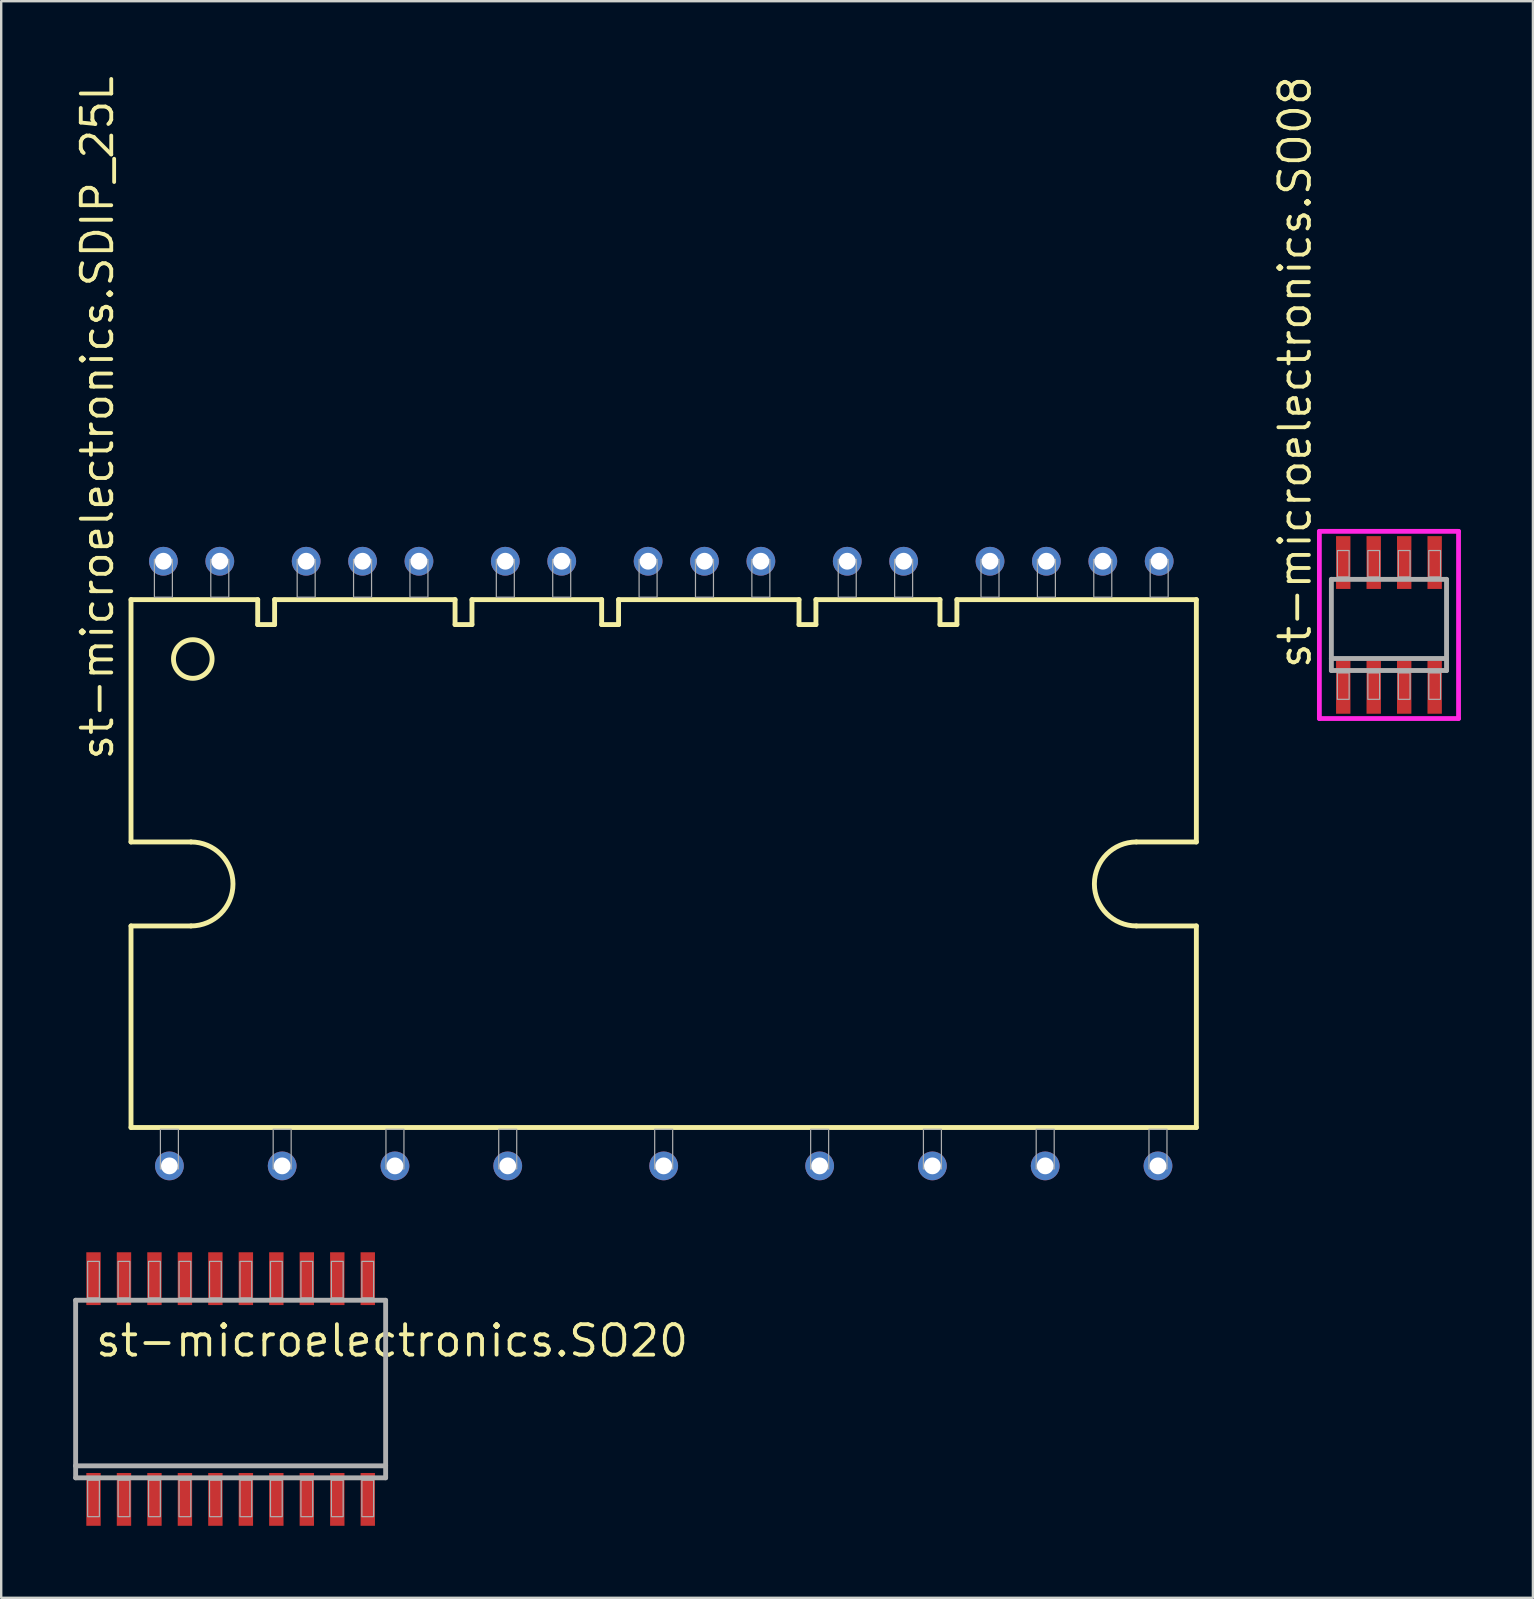
<source format=kicad_pcb>
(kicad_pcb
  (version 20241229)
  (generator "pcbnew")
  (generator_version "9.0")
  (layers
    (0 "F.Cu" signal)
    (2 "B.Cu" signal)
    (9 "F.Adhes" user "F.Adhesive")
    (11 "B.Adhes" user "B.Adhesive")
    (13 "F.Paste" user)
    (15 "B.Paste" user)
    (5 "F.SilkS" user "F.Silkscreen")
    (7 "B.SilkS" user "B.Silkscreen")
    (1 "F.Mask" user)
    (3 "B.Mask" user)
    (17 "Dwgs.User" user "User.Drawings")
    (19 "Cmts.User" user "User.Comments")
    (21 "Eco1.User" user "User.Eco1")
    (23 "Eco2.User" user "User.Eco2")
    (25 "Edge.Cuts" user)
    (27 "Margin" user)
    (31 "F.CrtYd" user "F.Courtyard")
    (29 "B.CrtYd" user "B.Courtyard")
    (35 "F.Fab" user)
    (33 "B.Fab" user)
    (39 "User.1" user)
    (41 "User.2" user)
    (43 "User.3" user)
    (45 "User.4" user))
  (footprint "st-microelectronics.SO20"
    (layer "F.Cu")
    (at 6.562 54.84)
    (property "Reference" "st-microelectronics.SO20" (at -5.715 -1.27 0) (layer "F.SilkS") (effects (font (size 1.27 1.27) (thickness 0.16)) (justify left bottom)))
    (attr smd)
    (fp_line (start -6.46 -3.7) (end 6.46 -3.7) (stroke (width 0.203) (type default)) (layer "F.Fab"))
    (fp_line (start -6.46 3.2) (end -6.46 -3.7) (stroke (width 0.203) (type default)) (layer "F.Fab"))
    (fp_line (start -6.46 3.7) (end -6.46 3.2) (stroke (width 0.203) (type default)) (layer "F.Fab"))
    (fp_line (start 6.46 -3.7) (end 6.46 3.2) (stroke (width 0.203) (type default)) (layer "F.Fab"))
    (fp_line (start 6.46 3.2) (end -6.46 3.2) (stroke (width 0.203) (type default)) (layer "F.Fab"))
    (fp_line (start 6.46 3.2) (end 6.46 3.7) (stroke (width 0.203) (type default)) (layer "F.Fab"))
    (fp_line (start 6.46 3.7) (end -6.46 3.7) (stroke (width 0.203) (type default)) (layer "F.Fab"))
    (fp_rect (start -5.96 -3.8) (end -5.47 -5.32) (stroke (width 0.05) (type default)) (fill no) (layer "F.Fab"))
    (fp_rect (start -5.96 5.32) (end -5.47 3.8) (stroke (width 0.05) (type default)) (fill no) (layer "F.Fab"))
    (fp_rect (start -4.69 -3.8) (end -4.2 -5.32) (stroke (width 0.05) (type default)) (fill no) (layer "F.Fab"))
    (fp_rect (start -4.69 5.32) (end -4.2 3.8) (stroke (width 0.05) (type default)) (fill no) (layer "F.Fab"))
    (fp_rect (start -3.42 -3.8) (end -2.93 -5.32) (stroke (width 0.05) (type default)) (fill no) (layer "F.Fab"))
    (fp_rect (start -3.42 5.32) (end -2.93 3.8) (stroke (width 0.05) (type default)) (fill no) (layer "F.Fab"))
    (fp_rect (start -2.15 -3.8) (end -1.66 -5.32) (stroke (width 0.05) (type default)) (fill no) (layer "F.Fab"))
    (fp_rect (start -2.15 5.32) (end -1.66 3.8) (stroke (width 0.05) (type default)) (fill no) (layer "F.Fab"))
    (fp_rect (start -0.88 -3.8) (end -0.39 -5.32) (stroke (width 0.05) (type default)) (fill no) (layer "F.Fab"))
    (fp_rect (start -0.88 5.32) (end -0.39 3.8) (stroke (width 0.05) (type default)) (fill no) (layer "F.Fab"))
    (fp_rect (start 0.39 -3.8) (end 0.88 -5.32) (stroke (width 0.05) (type default)) (fill no) (layer "F.Fab"))
    (fp_rect (start 0.39 5.32) (end 0.88 3.8) (stroke (width 0.05) (type default)) (fill no) (layer "F.Fab"))
    (fp_rect (start 1.66 -3.8) (end 2.15 -5.32) (stroke (width 0.05) (type default)) (fill no) (layer "F.Fab"))
    (fp_rect (start 1.66 5.32) (end 2.15 3.8) (stroke (width 0.05) (type default)) (fill no) (layer "F.Fab"))
    (fp_rect (start 2.93 -3.8) (end 3.42 -5.32) (stroke (width 0.05) (type default)) (fill no) (layer "F.Fab"))
    (fp_rect (start 2.93 5.32) (end 3.42 3.8) (stroke (width 0.05) (type default)) (fill no) (layer "F.Fab"))
    (fp_rect (start 4.2 -3.8) (end 4.69 -5.32) (stroke (width 0.05) (type default)) (fill no) (layer "F.Fab"))
    (fp_rect (start 4.2 5.32) (end 4.69 3.8) (stroke (width 0.05) (type default)) (fill no) (layer "F.Fab"))
    (fp_rect (start 5.47 -3.8) (end 5.96 -5.32) (stroke (width 0.05) (type default)) (fill no) (layer "F.Fab"))
    (fp_rect (start 5.47 5.32) (end 5.96 3.8) (stroke (width 0.05) (type default)) (fill no) (layer "F.Fab"))
    (pad "1" smd roundrect (at -5.715 4.6) (size 0.6 2.2) (layers "F.Cu" "F.Mask" "F.Paste") (roundrect_rratio 0.01))
    (pad "2" smd roundrect (at -4.445 4.6) (size 0.6 2.2) (layers "F.Cu" "F.Mask" "F.Paste") (roundrect_rratio 0.01))
    (pad "3" smd roundrect (at -3.175 4.6) (size 0.6 2.2) (layers "F.Cu" "F.Mask" "F.Paste") (roundrect_rratio 0.01))
    (pad "4" smd roundrect (at -1.905 4.6) (size 0.6 2.2) (layers "F.Cu" "F.Mask" "F.Paste") (roundrect_rratio 0.01))
    (pad "5" smd roundrect (at -0.635 4.6) (size 0.6 2.2) (layers "F.Cu" "F.Mask" "F.Paste") (roundrect_rratio 0.01))
    (pad "6" smd roundrect (at 0.635 4.6) (size 0.6 2.2) (layers "F.Cu" "F.Mask" "F.Paste") (roundrect_rratio 0.01))
    (pad "7" smd roundrect (at 1.905 4.6) (size 0.6 2.2) (layers "F.Cu" "F.Mask" "F.Paste") (roundrect_rratio 0.01))
    (pad "8" smd roundrect (at 3.175 4.6) (size 0.6 2.2) (layers "F.Cu" "F.Mask" "F.Paste") (roundrect_rratio 0.01))
    (pad "9" smd roundrect (at 4.445 4.6) (size 0.6 2.2) (layers "F.Cu" "F.Mask" "F.Paste") (roundrect_rratio 0.01))
    (pad "10" smd roundrect (at 5.715 4.6) (size 0.6 2.2) (layers "F.Cu" "F.Mask" "F.Paste") (roundrect_rratio 0.01))
    (pad "11" smd roundrect (at 5.715 -4.6) (size 0.6 2.2) (layers "F.Cu" "F.Mask" "F.Paste") (roundrect_rratio 0.01))
    (pad "12" smd roundrect (at 4.445 -4.6) (size 0.6 2.2) (layers "F.Cu" "F.Mask" "F.Paste") (roundrect_rratio 0.01))
    (pad "13" smd roundrect (at 3.175 -4.6) (size 0.6 2.2) (layers "F.Cu" "F.Mask" "F.Paste") (roundrect_rratio 0.01))
    (pad "14" smd roundrect (at 1.905 -4.6) (size 0.6 2.2) (layers "F.Cu" "F.Mask" "F.Paste") (roundrect_rratio 0.01))
    (pad "15" smd roundrect (at 0.635 -4.6) (size 0.6 2.2) (layers "F.Cu" "F.Mask" "F.Paste") (roundrect_rratio 0.01))
    (pad "16" smd roundrect (at -0.635 -4.6) (size 0.6 2.2) (layers "F.Cu" "F.Mask" "F.Paste") (roundrect_rratio 0.01))
    (pad "17" smd roundrect (at -1.905 -4.6) (size 0.6 2.2) (layers "F.Cu" "F.Mask" "F.Paste") (roundrect_rratio 0.01))
    (pad "18" smd roundrect (at -3.175 -4.6) (size 0.6 2.2) (layers "F.Cu" "F.Mask" "F.Paste") (roundrect_rratio 0.01))
    (pad "19" smd roundrect (at -4.445 -4.6) (size 0.6 2.2) (layers "F.Cu" "F.Mask" "F.Paste") (roundrect_rratio 0.01))
    (pad "20" smd roundrect (at -5.715 -4.6) (size 0.6 2.2) (layers "F.Cu" "F.Mask" "F.Paste") (roundrect_rratio 0.01)))
  (footprint "st-microelectronics.SO08"
    (layer "F.Cu")
    (at 54.837 22.995)
    (property "Reference" "st-microelectronics.SO08" (at -3.175 1.905 90) (layer "F.SilkS") (effects (font (size 1.27 1.27) (thickness 0.16)) (justify left bottom)))
    (attr smd)
    (fp_line (start -2.9 -3.9) (end 2.9 -3.9) (stroke (width 0.2) (type default)) (layer "F.CrtYd"))
    (fp_line (start -2.9 3.9) (end -2.9 -3.9) (stroke (width 0.2) (type default)) (layer "F.CrtYd"))
    (fp_line (start 2.9 -3.9) (end 2.9 3.9) (stroke (width 0.2) (type default)) (layer "F.CrtYd"))
    (fp_line (start 2.9 3.9) (end -2.9 3.9) (stroke (width 0.2) (type default)) (layer "F.CrtYd"))
    (fp_line (start -2.4 -1.9) (end 2.4 -1.9) (stroke (width 0.203) (type default)) (layer "F.Fab"))
    (fp_line (start -2.4 1.4) (end -2.4 -1.9) (stroke (width 0.203) (type default)) (layer "F.Fab"))
    (fp_line (start -2.4 1.9) (end -2.4 1.4) (stroke (width 0.203) (type default)) (layer "F.Fab"))
    (fp_line (start 2.4 -1.9) (end 2.4 1.4) (stroke (width 0.203) (type default)) (layer "F.Fab"))
    (fp_line (start 2.4 1.4) (end -2.4 1.4) (stroke (width 0.203) (type default)) (layer "F.Fab"))
    (fp_line (start 2.4 1.4) (end 2.4 1.9) (stroke (width 0.203) (type default)) (layer "F.Fab"))
    (fp_line (start 2.4 1.9) (end -2.4 1.9) (stroke (width 0.203) (type default)) (layer "F.Fab"))
    (fp_rect (start -2.15 -2) (end -1.66 -3.1) (stroke (width 0.05) (type default)) (fill no) (layer "F.Fab"))
    (fp_rect (start -2.15 3.1) (end -1.66 2) (stroke (width 0.05) (type default)) (fill no) (layer "F.Fab"))
    (fp_rect (start -0.88 -2) (end -0.39 -3.1) (stroke (width 0.05) (type default)) (fill no) (layer "F.Fab"))
    (fp_rect (start -0.88 3.1) (end -0.39 2) (stroke (width 0.05) (type default)) (fill no) (layer "F.Fab"))
    (fp_rect (start 0.39 -2) (end 0.88 -3.1) (stroke (width 0.05) (type default)) (fill no) (layer "F.Fab"))
    (fp_rect (start 0.39 3.1) (end 0.88 2) (stroke (width 0.05) (type default)) (fill no) (layer "F.Fab"))
    (fp_rect (start 1.66 -2) (end 2.15 -3.1) (stroke (width 0.05) (type default)) (fill no) (layer "F.Fab"))
    (fp_rect (start 1.66 3.1) (end 2.15 2) (stroke (width 0.05) (type default)) (fill no) (layer "F.Fab"))
    (pad "1" smd roundrect (at -1.905 2.6) (size 0.6 2.2) (layers "F.Cu" "F.Mask" "F.Paste") (roundrect_rratio 0.01))
    (pad "2" smd roundrect (at -0.635 2.6) (size 0.6 2.2) (layers "F.Cu" "F.Mask" "F.Paste") (roundrect_rratio 0.01))
    (pad "3" smd roundrect (at 0.635 2.6) (size 0.6 2.2) (layers "F.Cu" "F.Mask" "F.Paste") (roundrect_rratio 0.01))
    (pad "4" smd roundrect (at 1.905 2.6) (size 0.6 2.2) (layers "F.Cu" "F.Mask" "F.Paste") (roundrect_rratio 0.01))
    (pad "5" smd roundrect (at 1.905 -2.6) (size 0.6 2.2) (layers "F.Cu" "F.Mask" "F.Paste") (roundrect_rratio 0.01))
    (pad "6" smd roundrect (at 0.635 -2.6) (size 0.6 2.2) (layers "F.Cu" "F.Mask" "F.Paste") (roundrect_rratio 0.01))
    (pad "7" smd roundrect (at -0.635 -2.6) (size 0.6 2.2) (layers "F.Cu" "F.Mask" "F.Paste") (roundrect_rratio 0.01))
    (pad "8" smd roundrect (at -1.905 -2.6) (size 0.6 2.2) (layers "F.Cu" "F.Mask" "F.Paste") (roundrect_rratio 0.01)))
  (footprint "st-microelectronics.SDIP_25L"
    (layer "F.Cu")
    (at 24.61 33.79)
    (property "Reference" "st-microelectronics.SDIP_25L" (at -22.86 -5.08 90) (layer "F.SilkS") (effects (font (size 1.27 1.27) (thickness 0.16)) (justify left bottom)))
    (attr through_hole)
    (fp_line (start -22.2 -11.85) (end -16.92 -11.85) (stroke (width 0.203) (type default)) (layer "F.SilkS"))
    (fp_line (start -22.2 -1.75) (end -22.2 -11.85) (stroke (width 0.203) (type default)) (layer "F.SilkS"))
    (fp_line (start -22.2 10.15) (end -22.2 1.75) (stroke (width 0.203) (type default)) (layer "F.SilkS"))
    (fp_line (start -22.2 10.15) (end 22.2 10.15) (stroke (width 0.203) (type default)) (layer "F.SilkS"))
    (fp_line (start -19.7 -1.75) (end -22.2 -1.75) (stroke (width 0.203) (type default)) (layer "F.SilkS"))
    (fp_line (start -19.7 1.75) (end -22.2 1.75) (stroke (width 0.203) (type default)) (layer "F.SilkS"))
    (fp_line (start -16.92 -11.85) (end -16.92 -10.81) (stroke (width 0.203) (type default)) (layer "F.SilkS"))
    (fp_line (start -16.92 -10.81) (end -16.215 -10.81) (stroke (width 0.203) (type default)) (layer "F.SilkS"))
    (fp_line (start -16.215 -11.85) (end -8.695 -11.85) (stroke (width 0.203) (type default)) (layer "F.SilkS"))
    (fp_line (start -16.215 -10.81) (end -16.215 -11.85) (stroke (width 0.203) (type default)) (layer "F.SilkS"))
    (fp_line (start -8.695 -11.85) (end -8.695 -10.81) (stroke (width 0.203) (type default)) (layer "F.SilkS"))
    (fp_line (start -8.695 -10.81) (end -7.99 -10.81) (stroke (width 0.203) (type default)) (layer "F.SilkS"))
    (fp_line (start -7.99 -11.85) (end -2.585 -11.85) (stroke (width 0.203) (type default)) (layer "F.SilkS"))
    (fp_line (start -7.99 -10.81) (end -7.99 -11.85) (stroke (width 0.203) (type default)) (layer "F.SilkS"))
    (fp_line (start -2.585 -11.85) (end -2.585 -10.81) (stroke (width 0.203) (type default)) (layer "F.SilkS"))
    (fp_line (start -2.585 -10.81) (end -1.88 -10.81) (stroke (width 0.203) (type default)) (layer "F.SilkS"))
    (fp_line (start -1.88 -11.85) (end 5.64 -11.85) (stroke (width 0.203) (type default)) (layer "F.SilkS"))
    (fp_line (start -1.88 -10.81) (end -1.88 -11.85) (stroke (width 0.203) (type default)) (layer "F.SilkS"))
    (fp_line (start 5.64 -11.85) (end 5.64 -10.81) (stroke (width 0.203) (type default)) (layer "F.SilkS"))
    (fp_line (start 5.64 -10.81) (end 6.345 -10.81) (stroke (width 0.203) (type default)) (layer "F.SilkS"))
    (fp_line (start 6.345 -11.85) (end 11.515 -11.85) (stroke (width 0.203) (type default)) (layer "F.SilkS"))
    (fp_line (start 6.345 -10.81) (end 6.345 -11.85) (stroke (width 0.203) (type default)) (layer "F.SilkS"))
    (fp_line (start 11.515 -11.85) (end 11.515 -10.81) (stroke (width 0.203) (type default)) (layer "F.SilkS"))
    (fp_line (start 11.515 -10.81) (end 12.22 -10.81) (stroke (width 0.203) (type default)) (layer "F.SilkS"))
    (fp_line (start 12.22 -11.85) (end 22.2 -11.85) (stroke (width 0.203) (type default)) (layer "F.SilkS"))
    (fp_line (start 12.22 -10.81) (end 12.22 -11.85) (stroke (width 0.203) (type default)) (layer "F.SilkS"))
    (fp_line (start 19.7 -1.75) (end 22.2 -1.75) (stroke (width 0.203) (type default)) (layer "F.SilkS"))
    (fp_line (start 19.7 1.75) (end 22.2 1.75) (stroke (width 0.203) (type default)) (layer "F.SilkS"))
    (fp_line (start 22.2 -1.75) (end 22.2 -11.85) (stroke (width 0.203) (type default)) (layer "F.SilkS"))
    (fp_line (start 22.2 10.15) (end 22.2 1.75) (stroke (width 0.203) (type default)) (layer "F.SilkS"))
    (fp_arc (start -19.7 -1.75) (mid -17.95 0) (end -19.7 1.75) (stroke (width 0.2032) (type default)) (layer "F.SilkS"))
    (fp_arc (start 19.7 1.75) (mid 17.95 0) (end 19.7 -1.75) (stroke (width 0.2032) (type default)) (layer "F.SilkS"))
    (fp_circle (center -19.625 -9.375) (end -18.82 -9.375) (stroke (width 0.203) (type default)) (fill no) (layer "F.SilkS"))
    (fp_rect (start -21.225 -11.95) (end -20.475 -13.525) (stroke (width 0.05) (type default)) (fill no) (layer "F.Fab"))
    (fp_rect (start -20.975 11.875) (end -20.225 10.225) (stroke (width 0.05) (type default)) (fill no) (layer "F.Fab"))
    (fp_rect (start -18.875 -11.95) (end -18.125 -13.525) (stroke (width 0.05) (type default)) (fill no) (layer "F.Fab"))
    (fp_rect (start -16.275 11.875) (end -15.525 10.225) (stroke (width 0.05) (type default)) (fill no) (layer "F.Fab"))
    (fp_rect (start -15.275 -11.95) (end -14.525 -13.525) (stroke (width 0.05) (type default)) (fill no) (layer "F.Fab"))
    (fp_rect (start -12.925 -11.95) (end -12.175 -13.525) (stroke (width 0.05) (type default)) (fill no) (layer "F.Fab"))
    (fp_rect (start -11.575 11.875) (end -10.825 10.225) (stroke (width 0.05) (type default)) (fill no) (layer "F.Fab"))
    (fp_rect (start -10.575 -11.95) (end -9.825 -13.525) (stroke (width 0.05) (type default)) (fill no) (layer "F.Fab"))
    (fp_rect (start -6.975 -11.95) (end -6.225 -13.525) (stroke (width 0.05) (type default)) (fill no) (layer "F.Fab"))
    (fp_rect (start -6.875 11.875) (end -6.125 10.225) (stroke (width 0.05) (type default)) (fill no) (layer "F.Fab"))
    (fp_rect (start -4.625 -11.95) (end -3.875 -13.525) (stroke (width 0.05) (type default)) (fill no) (layer "F.Fab"))
    (fp_rect (start -1.025 -11.95) (end -0.275 -13.525) (stroke (width 0.05) (type default)) (fill no) (layer "F.Fab"))
    (fp_rect (start -0.375 11.875) (end 0.375 10.225) (stroke (width 0.05) (type default)) (fill no) (layer "F.Fab"))
    (fp_rect (start 1.325 -11.95) (end 2.075 -13.525) (stroke (width 0.05) (type default)) (fill no) (layer "F.Fab"))
    (fp_rect (start 3.675 -11.95) (end 4.425 -13.525) (stroke (width 0.05) (type default)) (fill no) (layer "F.Fab"))
    (fp_rect (start 6.125 11.875) (end 6.875 10.225) (stroke (width 0.05) (type default)) (fill no) (layer "F.Fab"))
    (fp_rect (start 7.275 -11.95) (end 8.025 -13.525) (stroke (width 0.05) (type default)) (fill no) (layer "F.Fab"))
    (fp_rect (start 9.625 -11.95) (end 10.375 -13.525) (stroke (width 0.05) (type default)) (fill no) (layer "F.Fab"))
    (fp_rect (start 10.825 11.875) (end 11.575 10.225) (stroke (width 0.05) (type default)) (fill no) (layer "F.Fab"))
    (fp_rect (start 13.225 -11.95) (end 13.975 -13.525) (stroke (width 0.05) (type default)) (fill no) (layer "F.Fab"))
    (fp_rect (start 15.525 11.875) (end 16.275 10.225) (stroke (width 0.05) (type default)) (fill no) (layer "F.Fab"))
    (fp_rect (start 15.575 -11.95) (end 16.325 -13.525) (stroke (width 0.05) (type default)) (fill no) (layer "F.Fab"))
    (fp_rect (start 17.925 -11.95) (end 18.675 -13.525) (stroke (width 0.05) (type default)) (fill no) (layer "F.Fab"))
    (fp_rect (start 20.225 11.875) (end 20.975 10.225) (stroke (width 0.05) (type default)) (fill no) (layer "F.Fab"))
    (fp_rect (start 20.275 -11.95) (end 21.025 -13.525) (stroke (width 0.05) (type default)) (fill no) (layer "F.Fab"))
    (pad "1" thru_hole circle (at -20.85 -13.45) (size 1.2 1.2) (drill 0.7) (layers "*.Cu" "*.Mask"))
    (pad "2" thru_hole circle (at -18.5 -13.45) (size 1.2 1.2) (drill 0.7) (layers "*.Cu" "*.Mask"))
    (pad "3" thru_hole circle (at -14.9 -13.45) (size 1.2 1.2) (drill 0.7) (layers "*.Cu" "*.Mask"))
    (pad "4" thru_hole circle (at -12.55 -13.45) (size 1.2 1.2) (drill 0.7) (layers "*.Cu" "*.Mask"))
    (pad "5" thru_hole circle (at -10.2 -13.45) (size 1.2 1.2) (drill 0.7) (layers "*.Cu" "*.Mask"))
    (pad "6" thru_hole circle (at -6.6 -13.45) (size 1.2 1.2) (drill 0.7) (layers "*.Cu" "*.Mask"))
    (pad "7" thru_hole circle (at -4.25 -13.45) (size 1.2 1.2) (drill 0.7) (layers "*.Cu" "*.Mask"))
    (pad "8" thru_hole circle (at -0.65 -13.45) (size 1.2 1.2) (drill 0.7) (layers "*.Cu" "*.Mask"))
    (pad "9" thru_hole circle (at 1.7 -13.45) (size 1.2 1.2) (drill 0.7) (layers "*.Cu" "*.Mask"))
    (pad "10" thru_hole circle (at 4.05 -13.45) (size 1.2 1.2) (drill 0.7) (layers "*.Cu" "*.Mask"))
    (pad "11" thru_hole circle (at 7.65 -13.45) (size 1.2 1.2) (drill 0.7) (layers "*.Cu" "*.Mask"))
    (pad "12" thru_hole circle (at 10 -13.45) (size 1.2 1.2) (drill 0.7) (layers "*.Cu" "*.Mask"))
    (pad "13" thru_hole circle (at 13.6 -13.45) (size 1.2 1.2) (drill 0.7) (layers "*.Cu" "*.Mask"))
    (pad "14" thru_hole circle (at 15.95 -13.45) (size 1.2 1.2) (drill 0.7) (layers "*.Cu" "*.Mask"))
    (pad "15" thru_hole circle (at 18.3 -13.45) (size 1.2 1.2) (drill 0.7) (layers "*.Cu" "*.Mask"))
    (pad "16" thru_hole circle (at 20.65 -13.45) (size 1.2 1.2) (drill 0.7) (layers "*.Cu" "*.Mask"))
    (pad "17" thru_hole circle (at 20.6 11.75) (size 1.2 1.2) (drill 0.7) (layers "*.Cu" "*.Mask"))
    (pad "18" thru_hole circle (at 15.9 11.75) (size 1.2 1.2) (drill 0.7) (layers "*.Cu" "*.Mask"))
    (pad "19" thru_hole circle (at 11.2 11.75) (size 1.2 1.2) (drill 0.7) (layers "*.Cu" "*.Mask"))
    (pad "20" thru_hole circle (at 6.5 11.75) (size 1.2 1.2) (drill 0.7) (layers "*.Cu" "*.Mask"))
    (pad "21" thru_hole circle (at 0 11.75) (size 1.2 1.2) (drill 0.7) (layers "*.Cu" "*.Mask"))
    (pad "22" thru_hole circle (at -6.5 11.75) (size 1.2 1.2) (drill 0.7) (layers "*.Cu" "*.Mask"))
    (pad "23" thru_hole circle (at -11.2 11.75) (size 1.2 1.2) (drill 0.7) (layers "*.Cu" "*.Mask"))
    (pad "24" thru_hole circle (at -15.9 11.75) (size 1.2 1.2) (drill 0.7) (layers "*.Cu" "*.Mask"))
    (pad "25" thru_hole circle (at -20.6 11.75) (size 1.2 1.2) (drill 0.7) (layers "*.Cu" "*.Mask")))
  (gr_rect
    (start -3 -3)
    (end 60.837 63.54)
    (stroke (width 0.1) (type default))
    (fill no)
    (layer "Edge.Cuts")))
</source>
